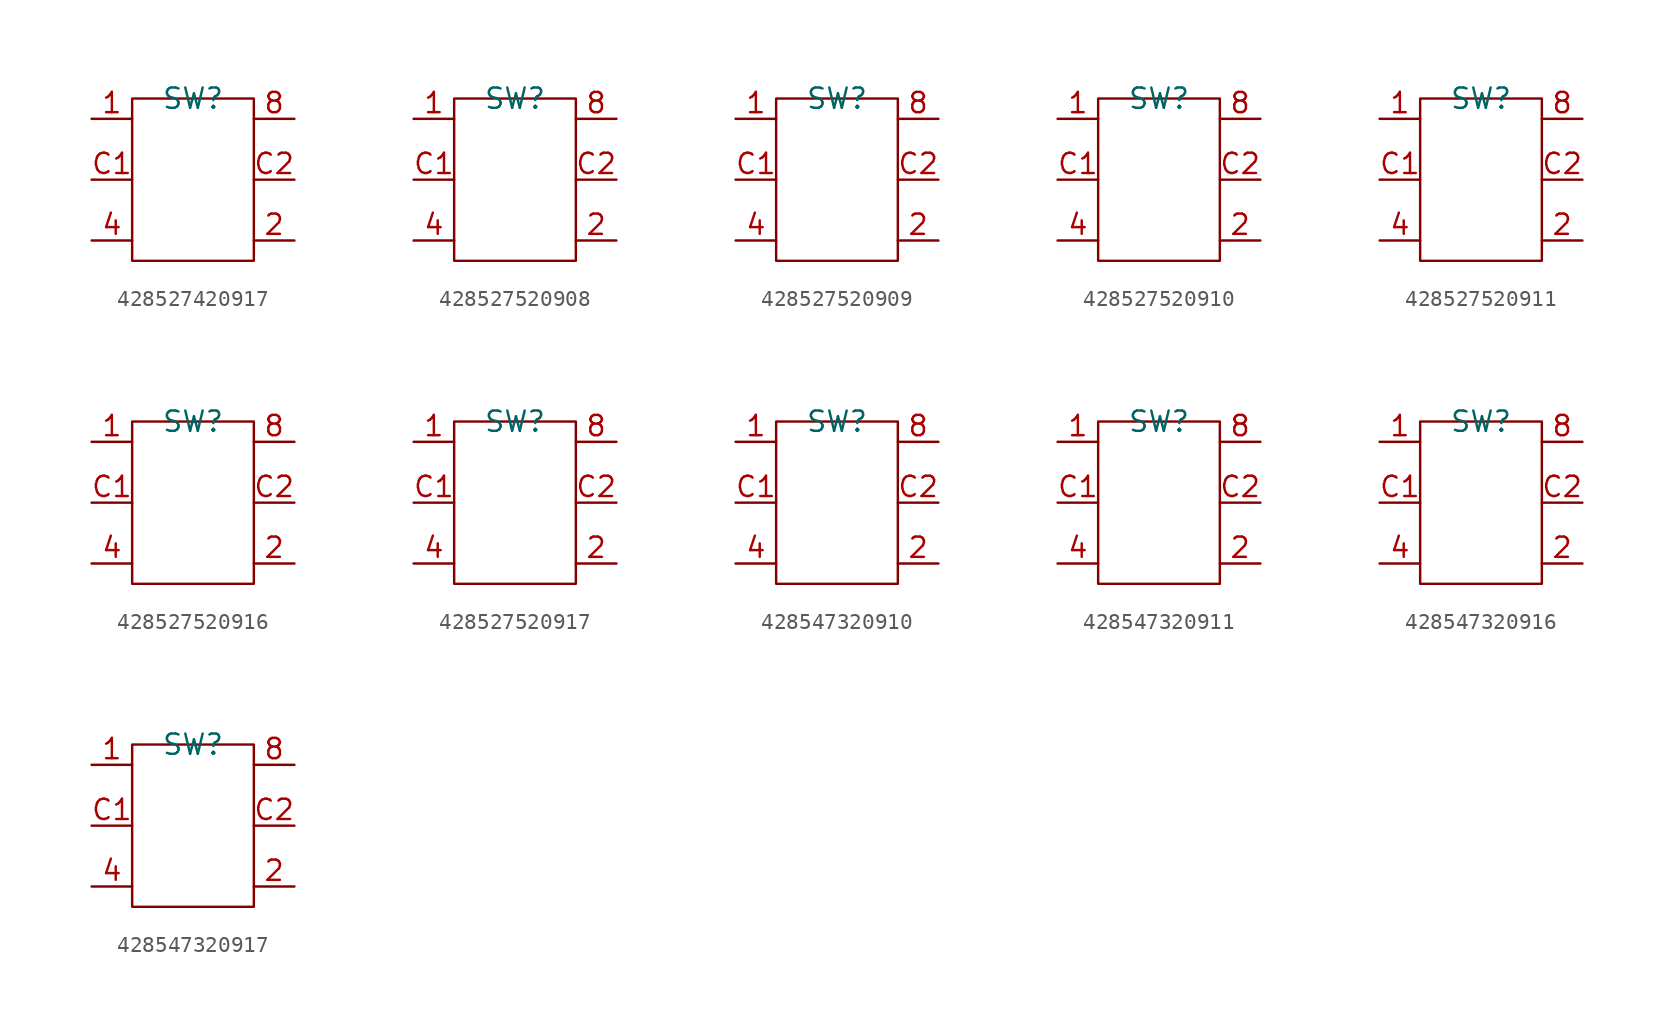
<source format=kicad_sym>
(kicad_symbol_lib
  (version 20220914)
  (generator kicad_symbol_editor)
  (symbol "428527420917"
    (pin_names hide)
    (property "Reference" "SW"
      (at 0 5.08 0)
      (effects (font (size 1.27 1.27))))
    (property "Critical Parameter" ""
      (at 0 -5.08 0)
      (effects (font (size 1.27 1.27)) (justify left)))
    (symbol "428527420917_0_1"
      (rectangle (start -3.81 5.08) (end 3.81 -5.08) (stroke (width 0) (type default)) (fill (type none))))
    (symbol "428527420917_1_1"
      (pin passive line (at -6.35 3.81 0) (length 2.54) (name "1" (effects (font (size 1.27 1.27)))) (number "1" (effects (font (size 1.27 1.27)))))
      (pin passive line (at 6.35 -3.81 180) (length 2.54) (name "2" (effects (font (size 1.27 1.27)))) (number "2" (effects (font (size 1.27 1.27)))))
      (pin passive line (at -6.35 -3.81 0) (length 2.54) (name "4" (effects (font (size 1.27 1.27)))) (number "4" (effects (font (size 1.27 1.27)))))
      (pin passive line (at 6.35 3.81 180) (length 2.54) (name "8" (effects (font (size 1.27 1.27)))) (number "8" (effects (font (size 1.27 1.27)))))
      (pin passive line (at -6.35 0 0) (length 2.54) (name "C1" (effects (font (size 1.27 1.27)))) (number "C1" (effects (font (size 1.27 1.27)))))
      (pin passive line (at 6.35 0 180) (length 2.54) (name "C2" (effects (font (size 1.27 1.27)))) (number "C2" (effects (font (size 1.27 1.27)))))))
  (symbol "428527520908"
    (pin_names hide)
    (property "Reference" "SW"
      (at 0 5.08 0)
      (effects (font (size 1.27 1.27))))
    (property "Critical Parameter" ""
      (at 0 -5.08 0)
      (effects (font (size 1.27 1.27)) (justify left)))
    (symbol "428527520908_0_1"
      (rectangle (start -3.81 5.08) (end 3.81 -5.08) (stroke (width 0) (type default)) (fill (type none))))
    (symbol "428527520908_1_1"
      (pin passive line (at -6.35 3.81 0) (length 2.54) (name "1" (effects (font (size 1.27 1.27)))) (number "1" (effects (font (size 1.27 1.27)))))
      (pin passive line (at 6.35 -3.81 180) (length 2.54) (name "2" (effects (font (size 1.27 1.27)))) (number "2" (effects (font (size 1.27 1.27)))))
      (pin passive line (at -6.35 -3.81 0) (length 2.54) (name "4" (effects (font (size 1.27 1.27)))) (number "4" (effects (font (size 1.27 1.27)))))
      (pin passive line (at 6.35 3.81 180) (length 2.54) (name "8" (effects (font (size 1.27 1.27)))) (number "8" (effects (font (size 1.27 1.27)))))
      (pin passive line (at -6.35 0 0) (length 2.54) (name "C1" (effects (font (size 1.27 1.27)))) (number "C1" (effects (font (size 1.27 1.27)))))
      (pin passive line (at 6.35 0 180) (length 2.54) (name "C2" (effects (font (size 1.27 1.27)))) (number "C2" (effects (font (size 1.27 1.27)))))))
  (symbol "428527520909"
    (pin_names hide)
    (property "Reference" "SW"
      (at 0 5.08 0)
      (effects (font (size 1.27 1.27))))
    (property "Critical Parameter" ""
      (at 0 -5.08 0)
      (effects (font (size 1.27 1.27)) (justify left)))
    (symbol "428527520909_0_1"
      (rectangle (start -3.81 5.08) (end 3.81 -5.08) (stroke (width 0) (type default)) (fill (type none))))
    (symbol "428527520909_1_1"
      (pin passive line (at -6.35 3.81 0) (length 2.54) (name "1" (effects (font (size 1.27 1.27)))) (number "1" (effects (font (size 1.27 1.27)))))
      (pin passive line (at 6.35 -3.81 180) (length 2.54) (name "2" (effects (font (size 1.27 1.27)))) (number "2" (effects (font (size 1.27 1.27)))))
      (pin passive line (at -6.35 -3.81 0) (length 2.54) (name "4" (effects (font (size 1.27 1.27)))) (number "4" (effects (font (size 1.27 1.27)))))
      (pin passive line (at 6.35 3.81 180) (length 2.54) (name "8" (effects (font (size 1.27 1.27)))) (number "8" (effects (font (size 1.27 1.27)))))
      (pin passive line (at -6.35 0 0) (length 2.54) (name "C1" (effects (font (size 1.27 1.27)))) (number "C1" (effects (font (size 1.27 1.27)))))
      (pin passive line (at 6.35 0 180) (length 2.54) (name "C2" (effects (font (size 1.27 1.27)))) (number "C2" (effects (font (size 1.27 1.27)))))))
  (symbol "428527520910"
    (pin_names hide)
    (property "Reference" "SW"
      (at 0 5.08 0)
      (effects (font (size 1.27 1.27))))
    (property "Critical Parameter" ""
      (at 0 -5.08 0)
      (effects (font (size 1.27 1.27)) (justify left)))
    (symbol "428527520910_0_1"
      (rectangle (start -3.81 5.08) (end 3.81 -5.08) (stroke (width 0) (type default)) (fill (type none))))
    (symbol "428527520910_1_1"
      (pin passive line (at -6.35 3.81 0) (length 2.54) (name "1" (effects (font (size 1.27 1.27)))) (number "1" (effects (font (size 1.27 1.27)))))
      (pin passive line (at 6.35 -3.81 180) (length 2.54) (name "2" (effects (font (size 1.27 1.27)))) (number "2" (effects (font (size 1.27 1.27)))))
      (pin passive line (at -6.35 -3.81 0) (length 2.54) (name "4" (effects (font (size 1.27 1.27)))) (number "4" (effects (font (size 1.27 1.27)))))
      (pin passive line (at 6.35 3.81 180) (length 2.54) (name "8" (effects (font (size 1.27 1.27)))) (number "8" (effects (font (size 1.27 1.27)))))
      (pin passive line (at -6.35 0 0) (length 2.54) (name "C1" (effects (font (size 1.27 1.27)))) (number "C1" (effects (font (size 1.27 1.27)))))
      (pin passive line (at 6.35 0 180) (length 2.54) (name "C2" (effects (font (size 1.27 1.27)))) (number "C2" (effects (font (size 1.27 1.27)))))))
  (symbol "428527520911"
    (pin_names hide)
    (property "Reference" "SW"
      (at 0 5.08 0)
      (effects (font (size 1.27 1.27))))
    (property "Critical Parameter" ""
      (at 0 -5.08 0)
      (effects (font (size 1.27 1.27)) (justify left)))
    (symbol "428527520911_0_1"
      (rectangle (start -3.81 5.08) (end 3.81 -5.08) (stroke (width 0) (type default)) (fill (type none))))
    (symbol "428527520911_1_1"
      (pin passive line (at -6.35 3.81 0) (length 2.54) (name "1" (effects (font (size 1.27 1.27)))) (number "1" (effects (font (size 1.27 1.27)))))
      (pin passive line (at 6.35 -3.81 180) (length 2.54) (name "2" (effects (font (size 1.27 1.27)))) (number "2" (effects (font (size 1.27 1.27)))))
      (pin passive line (at -6.35 -3.81 0) (length 2.54) (name "4" (effects (font (size 1.27 1.27)))) (number "4" (effects (font (size 1.27 1.27)))))
      (pin passive line (at 6.35 3.81 180) (length 2.54) (name "8" (effects (font (size 1.27 1.27)))) (number "8" (effects (font (size 1.27 1.27)))))
      (pin passive line (at -6.35 0 0) (length 2.54) (name "C1" (effects (font (size 1.27 1.27)))) (number "C1" (effects (font (size 1.27 1.27)))))
      (pin passive line (at 6.35 0 180) (length 2.54) (name "C2" (effects (font (size 1.27 1.27)))) (number "C2" (effects (font (size 1.27 1.27)))))))
  (symbol "428527520916"
    (pin_names hide)
    (property "Reference" "SW"
      (at 0 5.08 0)
      (effects (font (size 1.27 1.27))))
    (property "Critical Parameter" ""
      (at 0 -5.08 0)
      (effects (font (size 1.27 1.27)) (justify left)))
    (symbol "428527520916_0_1"
      (rectangle (start -3.81 5.08) (end 3.81 -5.08) (stroke (width 0) (type default)) (fill (type none))))
    (symbol "428527520916_1_1"
      (pin passive line (at -6.35 3.81 0) (length 2.54) (name "1" (effects (font (size 1.27 1.27)))) (number "1" (effects (font (size 1.27 1.27)))))
      (pin passive line (at 6.35 -3.81 180) (length 2.54) (name "2" (effects (font (size 1.27 1.27)))) (number "2" (effects (font (size 1.27 1.27)))))
      (pin passive line (at -6.35 -3.81 0) (length 2.54) (name "4" (effects (font (size 1.27 1.27)))) (number "4" (effects (font (size 1.27 1.27)))))
      (pin passive line (at 6.35 3.81 180) (length 2.54) (name "8" (effects (font (size 1.27 1.27)))) (number "8" (effects (font (size 1.27 1.27)))))
      (pin passive line (at -6.35 0 0) (length 2.54) (name "C1" (effects (font (size 1.27 1.27)))) (number "C1" (effects (font (size 1.27 1.27)))))
      (pin passive line (at 6.35 0 180) (length 2.54) (name "C2" (effects (font (size 1.27 1.27)))) (number "C2" (effects (font (size 1.27 1.27)))))))
  (symbol "428527520917"
    (pin_names hide)
    (property "Reference" "SW"
      (at 0 5.08 0)
      (effects (font (size 1.27 1.27))))
    (property "Critical Parameter" ""
      (at 0 -5.08 0)
      (effects (font (size 1.27 1.27)) (justify left)))
    (symbol "428527520917_0_1"
      (rectangle (start -3.81 5.08) (end 3.81 -5.08) (stroke (width 0) (type default)) (fill (type none))))
    (symbol "428527520917_1_1"
      (pin passive line (at -6.35 3.81 0) (length 2.54) (name "1" (effects (font (size 1.27 1.27)))) (number "1" (effects (font (size 1.27 1.27)))))
      (pin passive line (at 6.35 -3.81 180) (length 2.54) (name "2" (effects (font (size 1.27 1.27)))) (number "2" (effects (font (size 1.27 1.27)))))
      (pin passive line (at -6.35 -3.81 0) (length 2.54) (name "4" (effects (font (size 1.27 1.27)))) (number "4" (effects (font (size 1.27 1.27)))))
      (pin passive line (at 6.35 3.81 180) (length 2.54) (name "8" (effects (font (size 1.27 1.27)))) (number "8" (effects (font (size 1.27 1.27)))))
      (pin passive line (at -6.35 0 0) (length 2.54) (name "C1" (effects (font (size 1.27 1.27)))) (number "C1" (effects (font (size 1.27 1.27)))))
      (pin passive line (at 6.35 0 180) (length 2.54) (name "C2" (effects (font (size 1.27 1.27)))) (number "C2" (effects (font (size 1.27 1.27)))))))
  (symbol "428547320910"
    (pin_names hide)
    (property "Reference" "SW"
      (at 0 5.08 0)
      (effects (font (size 1.27 1.27))))
    (property "Critical Parameter" ""
      (at 0 -5.08 0)
      (effects (font (size 1.27 1.27)) (justify left)))
    (symbol "428547320910_0_1"
      (rectangle (start -3.81 5.08) (end 3.81 -5.08) (stroke (width 0) (type default)) (fill (type none))))
    (symbol "428547320910_1_1"
      (pin passive line (at -6.35 3.81 0) (length 2.54) (name "1" (effects (font (size 1.27 1.27)))) (number "1" (effects (font (size 1.27 1.27)))))
      (pin passive line (at 6.35 -3.81 180) (length 2.54) (name "2" (effects (font (size 1.27 1.27)))) (number "2" (effects (font (size 1.27 1.27)))))
      (pin passive line (at -6.35 -3.81 0) (length 2.54) (name "4" (effects (font (size 1.27 1.27)))) (number "4" (effects (font (size 1.27 1.27)))))
      (pin passive line (at 6.35 3.81 180) (length 2.54) (name "8" (effects (font (size 1.27 1.27)))) (number "8" (effects (font (size 1.27 1.27)))))
      (pin passive line (at -6.35 0 0) (length 2.54) (name "C1" (effects (font (size 1.27 1.27)))) (number "C1" (effects (font (size 1.27 1.27)))))
      (pin passive line (at 6.35 0 180) (length 2.54) (name "C2" (effects (font (size 1.27 1.27)))) (number "C2" (effects (font (size 1.27 1.27)))))))
  (symbol "428547320911"
    (pin_names hide)
    (property "Reference" "SW"
      (at 0 5.08 0)
      (effects (font (size 1.27 1.27))))
    (property "Critical Parameter" ""
      (at 0 -5.08 0)
      (effects (font (size 1.27 1.27)) (justify left)))
    (symbol "428547320911_0_1"
      (rectangle (start -3.81 5.08) (end 3.81 -5.08) (stroke (width 0) (type default)) (fill (type none))))
    (symbol "428547320911_1_1"
      (pin passive line (at -6.35 3.81 0) (length 2.54) (name "1" (effects (font (size 1.27 1.27)))) (number "1" (effects (font (size 1.27 1.27)))))
      (pin passive line (at 6.35 -3.81 180) (length 2.54) (name "2" (effects (font (size 1.27 1.27)))) (number "2" (effects (font (size 1.27 1.27)))))
      (pin passive line (at -6.35 -3.81 0) (length 2.54) (name "4" (effects (font (size 1.27 1.27)))) (number "4" (effects (font (size 1.27 1.27)))))
      (pin passive line (at 6.35 3.81 180) (length 2.54) (name "8" (effects (font (size 1.27 1.27)))) (number "8" (effects (font (size 1.27 1.27)))))
      (pin passive line (at -6.35 0 0) (length 2.54) (name "C1" (effects (font (size 1.27 1.27)))) (number "C1" (effects (font (size 1.27 1.27)))))
      (pin passive line (at 6.35 0 180) (length 2.54) (name "C2" (effects (font (size 1.27 1.27)))) (number "C2" (effects (font (size 1.27 1.27)))))))
  (symbol "428547320916"
    (pin_names hide)
    (property "Reference" "SW"
      (at 0 5.08 0)
      (effects (font (size 1.27 1.27))))
    (property "Critical Parameter" ""
      (at 0 -5.08 0)
      (effects (font (size 1.27 1.27)) (justify left)))
    (symbol "428547320916_0_1"
      (rectangle (start -3.81 5.08) (end 3.81 -5.08) (stroke (width 0) (type default)) (fill (type none))))
    (symbol "428547320916_1_1"
      (pin passive line (at -6.35 3.81 0) (length 2.54) (name "1" (effects (font (size 1.27 1.27)))) (number "1" (effects (font (size 1.27 1.27)))))
      (pin passive line (at 6.35 -3.81 180) (length 2.54) (name "2" (effects (font (size 1.27 1.27)))) (number "2" (effects (font (size 1.27 1.27)))))
      (pin passive line (at -6.35 -3.81 0) (length 2.54) (name "4" (effects (font (size 1.27 1.27)))) (number "4" (effects (font (size 1.27 1.27)))))
      (pin passive line (at 6.35 3.81 180) (length 2.54) (name "8" (effects (font (size 1.27 1.27)))) (number "8" (effects (font (size 1.27 1.27)))))
      (pin passive line (at -6.35 0 0) (length 2.54) (name "C1" (effects (font (size 1.27 1.27)))) (number "C1" (effects (font (size 1.27 1.27)))))
      (pin passive line (at 6.35 0 180) (length 2.54) (name "C2" (effects (font (size 1.27 1.27)))) (number "C2" (effects (font (size 1.27 1.27)))))))
  (symbol "428547320917"
    (pin_names hide)
    (property "Reference" "SW"
      (at 0 5.08 0)
      (effects (font (size 1.27 1.27))))
    (property "Critical Parameter" ""
      (at 0 -5.08 0)
      (effects (font (size 1.27 1.27)) (justify left)))
    (symbol "428547320917_0_1"
      (rectangle (start -3.81 5.08) (end 3.81 -5.08) (stroke (width 0) (type default)) (fill (type none))))
    (symbol "428547320917_1_1"
      (pin passive line (at -6.35 3.81 0) (length 2.54) (name "1" (effects (font (size 1.27 1.27)))) (number "1" (effects (font (size 1.27 1.27)))))
      (pin passive line (at 6.35 -3.81 180) (length 2.54) (name "2" (effects (font (size 1.27 1.27)))) (number "2" (effects (font (size 1.27 1.27)))))
      (pin passive line (at -6.35 -3.81 0) (length 2.54) (name "4" (effects (font (size 1.27 1.27)))) (number "4" (effects (font (size 1.27 1.27)))))
      (pin passive line (at 6.35 3.81 180) (length 2.54) (name "8" (effects (font (size 1.27 1.27)))) (number "8" (effects (font (size 1.27 1.27)))))
      (pin passive line (at -6.35 0 0) (length 2.54) (name "C1" (effects (font (size 1.27 1.27)))) (number "C1" (effects (font (size 1.27 1.27)))))
      (pin passive line (at 6.35 0 180) (length 2.54) (name "C2" (effects (font (size 1.27 1.27)))) (number "C2" (effects (font (size 1.27 1.27))))))))
</source>
